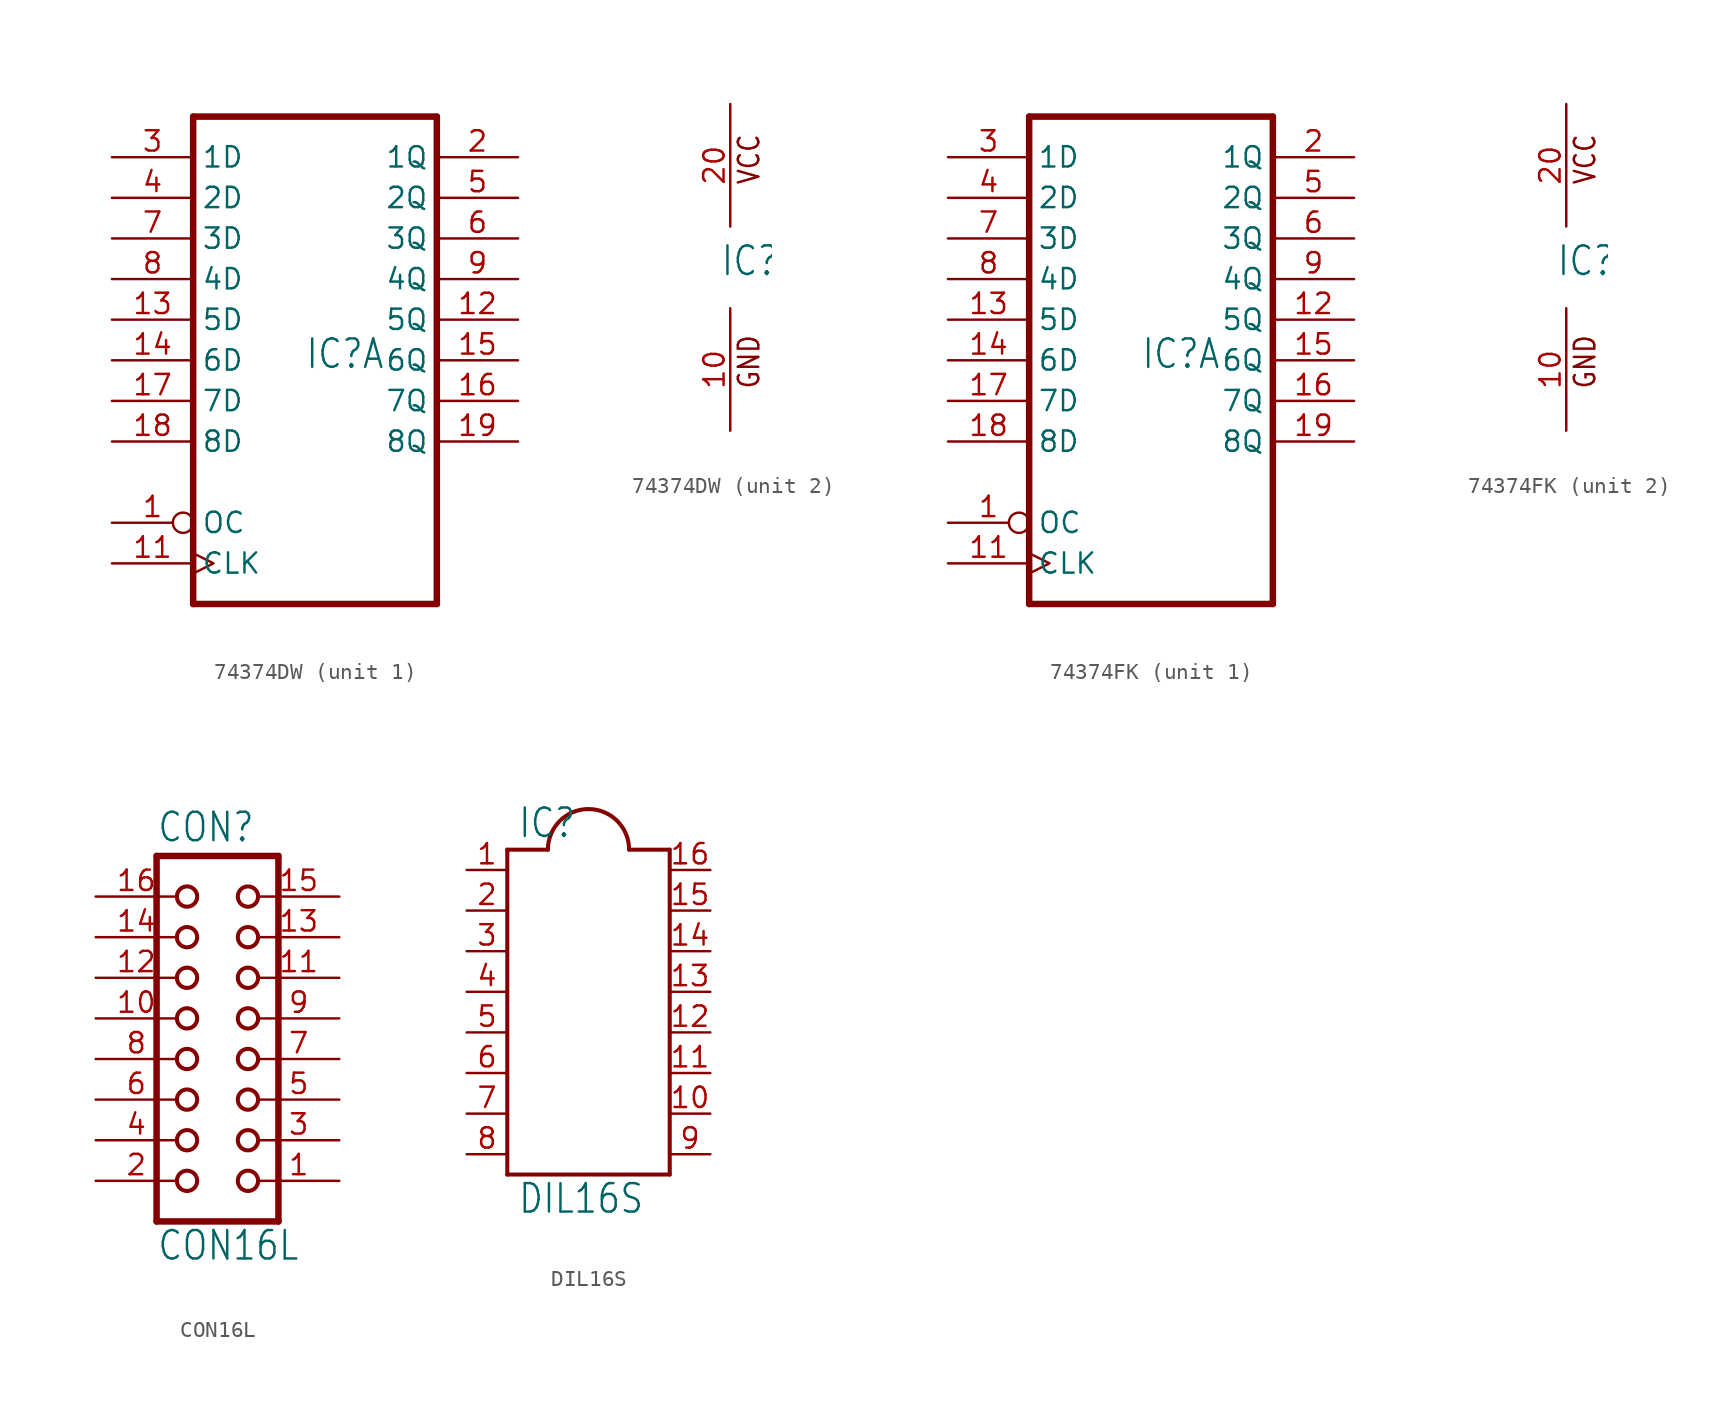
<source format=kicad_sym>
(kicad_symbol_lib
  (version 20211014)
  (generator kicad_symbol_editor)
  (symbol "74374DW"
    (property "Reference" "IC"
      (at -0.635 -0.635 0)
      (effects (font (size 1.778 1.511)) (justify left bottom)))
    (property "ki_locked" ""
      (at 0 0 0)
      (effects (font (size 1.27 1.27))))
    (symbol "74374DW_1_0"
      (polyline (pts (xy -7.62 -15.24) (xy 7.62 -15.24)) (stroke (width 0.406) (type default) (color 0 0 0 0)) (fill (type none)))
      (polyline (pts (xy -7.62 15.24) (xy -7.62 -15.24)) (stroke (width 0.406) (type default) (color 0 0 0 0)) (fill (type none)))
      (polyline (pts (xy 7.62 -15.24) (xy 7.62 15.24)) (stroke (width 0.406) (type default) (color 0 0 0 0)) (fill (type none)))
      (polyline (pts (xy 7.62 15.24) (xy -7.62 15.24)) (stroke (width 0.406) (type default) (color 0 0 0 0)) (fill (type none)))
      (pin input inverted (at -12.7 -10.16 0) (length 5.08) (name "OC" (effects (font (size 1.27 1.27)))) (number "1" (effects (font (size 1.27 1.27)))))
      (pin input clock (at -12.7 -12.7 0) (length 5.08) (name "CLK" (effects (font (size 1.27 1.27)))) (number "11" (effects (font (size 1.27 1.27)))))
      (pin tri_state line (at 12.7 2.54 180) (length 5.08) (name "5Q" (effects (font (size 1.27 1.27)))) (number "12" (effects (font (size 1.27 1.27)))))
      (pin input line (at -12.7 2.54 0) (length 5.08) (name "5D" (effects (font (size 1.27 1.27)))) (number "13" (effects (font (size 1.27 1.27)))))
      (pin input line (at -12.7 0 0) (length 5.08) (name "6D" (effects (font (size 1.27 1.27)))) (number "14" (effects (font (size 1.27 1.27)))))
      (pin tri_state line (at 12.7 0 180) (length 5.08) (name "6Q" (effects (font (size 1.27 1.27)))) (number "15" (effects (font (size 1.27 1.27)))))
      (pin tri_state line (at 12.7 -2.54 180) (length 5.08) (name "7Q" (effects (font (size 1.27 1.27)))) (number "16" (effects (font (size 1.27 1.27)))))
      (pin input line (at -12.7 -2.54 0) (length 5.08) (name "7D" (effects (font (size 1.27 1.27)))) (number "17" (effects (font (size 1.27 1.27)))))
      (pin input line (at -12.7 -5.08 0) (length 5.08) (name "8D" (effects (font (size 1.27 1.27)))) (number "18" (effects (font (size 1.27 1.27)))))
      (pin tri_state line (at 12.7 -5.08 180) (length 5.08) (name "8Q" (effects (font (size 1.27 1.27)))) (number "19" (effects (font (size 1.27 1.27)))))
      (pin tri_state line (at 12.7 12.7 180) (length 5.08) (name "1Q" (effects (font (size 1.27 1.27)))) (number "2" (effects (font (size 1.27 1.27)))))
      (pin input line (at -12.7 12.7 0) (length 5.08) (name "1D" (effects (font (size 1.27 1.27)))) (number "3" (effects (font (size 1.27 1.27)))))
      (pin input line (at -12.7 10.16 0) (length 5.08) (name "2D" (effects (font (size 1.27 1.27)))) (number "4" (effects (font (size 1.27 1.27)))))
      (pin tri_state line (at 12.7 10.16 180) (length 5.08) (name "2Q" (effects (font (size 1.27 1.27)))) (number "5" (effects (font (size 1.27 1.27)))))
      (pin tri_state line (at 12.7 7.62 180) (length 5.08) (name "3Q" (effects (font (size 1.27 1.27)))) (number "6" (effects (font (size 1.27 1.27)))))
      (pin input line (at -12.7 7.62 0) (length 5.08) (name "3D" (effects (font (size 1.27 1.27)))) (number "7" (effects (font (size 1.27 1.27)))))
      (pin input line (at -12.7 5.08 0) (length 5.08) (name "4D" (effects (font (size 1.27 1.27)))) (number "8" (effects (font (size 1.27 1.27)))))
      (pin tri_state line (at 12.7 5.08 180) (length 5.08) (name "4Q" (effects (font (size 1.27 1.27)))) (number "9" (effects (font (size 1.27 1.27))))))
    (symbol "74374DW_2_0"
      (text "GND" (at 1.905 -7.62 900) (effects (font (size 1.27 1.079)) (justify left bottom)))
      (text "VCC" (at 1.905 5.08 900) (effects (font (size 1.27 1.079)) (justify left bottom)))
      (pin power_in line (at 0 -10.16 90) (length 7.62) (name "GND" (effects (font (size 0 0)))) (number "10" (effects (font (size 1.27 1.27)))))
      (pin power_in line (at 0 10.16 270) (length 7.62) (name "VCC" (effects (font (size 0 0)))) (number "20" (effects (font (size 1.27 1.27)))))))
  (symbol "74374FK"
    (property "Reference" "IC"
      (at -0.635 -0.635 0)
      (effects (font (size 1.778 1.511)) (justify left bottom)))
    (property "ki_locked" ""
      (at 0 0 0)
      (effects (font (size 1.27 1.27))))
    (symbol "74374FK_1_0"
      (polyline (pts (xy -7.62 -15.24) (xy 7.62 -15.24)) (stroke (width 0.406) (type default) (color 0 0 0 0)) (fill (type none)))
      (polyline (pts (xy -7.62 15.24) (xy -7.62 -15.24)) (stroke (width 0.406) (type default) (color 0 0 0 0)) (fill (type none)))
      (polyline (pts (xy 7.62 -15.24) (xy 7.62 15.24)) (stroke (width 0.406) (type default) (color 0 0 0 0)) (fill (type none)))
      (polyline (pts (xy 7.62 15.24) (xy -7.62 15.24)) (stroke (width 0.406) (type default) (color 0 0 0 0)) (fill (type none)))
      (pin input inverted (at -12.7 -10.16 0) (length 5.08) (name "OC" (effects (font (size 1.27 1.27)))) (number "1" (effects (font (size 1.27 1.27)))))
      (pin input clock (at -12.7 -12.7 0) (length 5.08) (name "CLK" (effects (font (size 1.27 1.27)))) (number "11" (effects (font (size 1.27 1.27)))))
      (pin tri_state line (at 12.7 2.54 180) (length 5.08) (name "5Q" (effects (font (size 1.27 1.27)))) (number "12" (effects (font (size 1.27 1.27)))))
      (pin input line (at -12.7 2.54 0) (length 5.08) (name "5D" (effects (font (size 1.27 1.27)))) (number "13" (effects (font (size 1.27 1.27)))))
      (pin input line (at -12.7 0 0) (length 5.08) (name "6D" (effects (font (size 1.27 1.27)))) (number "14" (effects (font (size 1.27 1.27)))))
      (pin tri_state line (at 12.7 0 180) (length 5.08) (name "6Q" (effects (font (size 1.27 1.27)))) (number "15" (effects (font (size 1.27 1.27)))))
      (pin tri_state line (at 12.7 -2.54 180) (length 5.08) (name "7Q" (effects (font (size 1.27 1.27)))) (number "16" (effects (font (size 1.27 1.27)))))
      (pin input line (at -12.7 -2.54 0) (length 5.08) (name "7D" (effects (font (size 1.27 1.27)))) (number "17" (effects (font (size 1.27 1.27)))))
      (pin input line (at -12.7 -5.08 0) (length 5.08) (name "8D" (effects (font (size 1.27 1.27)))) (number "18" (effects (font (size 1.27 1.27)))))
      (pin tri_state line (at 12.7 -5.08 180) (length 5.08) (name "8Q" (effects (font (size 1.27 1.27)))) (number "19" (effects (font (size 1.27 1.27)))))
      (pin tri_state line (at 12.7 12.7 180) (length 5.08) (name "1Q" (effects (font (size 1.27 1.27)))) (number "2" (effects (font (size 1.27 1.27)))))
      (pin input line (at -12.7 12.7 0) (length 5.08) (name "1D" (effects (font (size 1.27 1.27)))) (number "3" (effects (font (size 1.27 1.27)))))
      (pin input line (at -12.7 10.16 0) (length 5.08) (name "2D" (effects (font (size 1.27 1.27)))) (number "4" (effects (font (size 1.27 1.27)))))
      (pin tri_state line (at 12.7 10.16 180) (length 5.08) (name "2Q" (effects (font (size 1.27 1.27)))) (number "5" (effects (font (size 1.27 1.27)))))
      (pin tri_state line (at 12.7 7.62 180) (length 5.08) (name "3Q" (effects (font (size 1.27 1.27)))) (number "6" (effects (font (size 1.27 1.27)))))
      (pin input line (at -12.7 7.62 0) (length 5.08) (name "3D" (effects (font (size 1.27 1.27)))) (number "7" (effects (font (size 1.27 1.27)))))
      (pin input line (at -12.7 5.08 0) (length 5.08) (name "4D" (effects (font (size 1.27 1.27)))) (number "8" (effects (font (size 1.27 1.27)))))
      (pin tri_state line (at 12.7 5.08 180) (length 5.08) (name "4Q" (effects (font (size 1.27 1.27)))) (number "9" (effects (font (size 1.27 1.27))))))
    (symbol "74374FK_2_0"
      (text "GND" (at 1.905 -7.62 900) (effects (font (size 1.27 1.079)) (justify left bottom)))
      (text "VCC" (at 1.905 5.08 900) (effects (font (size 1.27 1.079)) (justify left bottom)))
      (pin power_in line (at 0 -10.16 90) (length 7.62) (name "GND" (effects (font (size 0 0)))) (number "10" (effects (font (size 1.27 1.27)))))
      (pin power_in line (at 0 10.16 270) (length 7.62) (name "VCC" (effects (font (size 0 0)))) (number "20" (effects (font (size 1.27 1.27)))))))
  (symbol "CON16L"
    (property "Reference" "CON"
      (at -3.81 10.922 0)
      (effects (font (size 1.778 1.511)) (justify left bottom)))
    (property "Value" "CON16L"
      (at -3.81 -15.24 0)
      (effects (font (size 1.778 1.511)) (justify left bottom)))
    (property "ki_locked" ""
      (at 0 0 0)
      (effects (font (size 1.27 1.27))))
    (symbol "CON16L_1_0"
      (circle (center -1.905 -10.16) (radius 0.635) (stroke (width 0.254) (type default) (color 0 0 0 0)) (fill (type none)))
      (circle (center -1.905 -7.62) (radius 0.635) (stroke (width 0.254) (type default) (color 0 0 0 0)) (fill (type none)))
      (circle (center -1.905 -5.08) (radius 0.635) (stroke (width 0.254) (type default) (color 0 0 0 0)) (fill (type none)))
      (circle (center -1.905 -2.54) (radius 0.635) (stroke (width 0.254) (type default) (color 0 0 0 0)) (fill (type none)))
      (circle (center -1.905 0) (radius 0.635) (stroke (width 0.254) (type default) (color 0 0 0 0)) (fill (type none)))
      (circle (center -1.905 2.54) (radius 0.635) (stroke (width 0.254) (type default) (color 0 0 0 0)) (fill (type none)))
      (circle (center -1.905 5.08) (radius 0.635) (stroke (width 0.254) (type default) (color 0 0 0 0)) (fill (type none)))
      (circle (center -1.905 7.62) (radius 0.635) (stroke (width 0.254) (type default) (color 0 0 0 0)) (fill (type none)))
      (polyline (pts (xy -3.81 10.16) (xy -3.81 -12.7)) (stroke (width 0.406) (type default) (color 0 0 0 0)) (fill (type none)))
      (polyline (pts (xy -3.81 10.16) (xy 3.81 10.16)) (stroke (width 0.406) (type default) (color 0 0 0 0)) (fill (type none)))
      (polyline (pts (xy 3.81 -12.7) (xy -3.81 -12.7)) (stroke (width 0.406) (type default) (color 0 0 0 0)) (fill (type none)))
      (polyline (pts (xy 3.81 -12.7) (xy 3.81 10.16)) (stroke (width 0.406) (type default) (color 0 0 0 0)) (fill (type none)))
      (circle (center 1.905 -10.16) (radius 0.635) (stroke (width 0.254) (type default) (color 0 0 0 0)) (fill (type none)))
      (circle (center 1.905 -7.62) (radius 0.635) (stroke (width 0.254) (type default) (color 0 0 0 0)) (fill (type none)))
      (circle (center 1.905 -5.08) (radius 0.635) (stroke (width 0.254) (type default) (color 0 0 0 0)) (fill (type none)))
      (circle (center 1.905 -2.54) (radius 0.635) (stroke (width 0.254) (type default) (color 0 0 0 0)) (fill (type none)))
      (circle (center 1.905 0) (radius 0.635) (stroke (width 0.254) (type default) (color 0 0 0 0)) (fill (type none)))
      (circle (center 1.905 2.54) (radius 0.635) (stroke (width 0.254) (type default) (color 0 0 0 0)) (fill (type none)))
      (circle (center 1.905 5.08) (radius 0.635) (stroke (width 0.254) (type default) (color 0 0 0 0)) (fill (type none)))
      (circle (center 1.905 7.62) (radius 0.635) (stroke (width 0.254) (type default) (color 0 0 0 0)) (fill (type none)))
      (pin passive line (at 7.62 -10.16 180) (length 5.08) (name "1" (effects (font (size 0 0)))) (number "1" (effects (font (size 1.27 1.27)))))
      (pin passive line (at -7.62 0 0) (length 5.08) (name "10" (effects (font (size 0 0)))) (number "10" (effects (font (size 1.27 1.27)))))
      (pin passive line (at 7.62 2.54 180) (length 5.08) (name "11" (effects (font (size 0 0)))) (number "11" (effects (font (size 1.27 1.27)))))
      (pin passive line (at -7.62 2.54 0) (length 5.08) (name "12" (effects (font (size 0 0)))) (number "12" (effects (font (size 1.27 1.27)))))
      (pin passive line (at 7.62 5.08 180) (length 5.08) (name "13" (effects (font (size 0 0)))) (number "13" (effects (font (size 1.27 1.27)))))
      (pin passive line (at -7.62 5.08 0) (length 5.08) (name "14" (effects (font (size 0 0)))) (number "14" (effects (font (size 1.27 1.27)))))
      (pin passive line (at 7.62 7.62 180) (length 5.08) (name "15" (effects (font (size 0 0)))) (number "15" (effects (font (size 1.27 1.27)))))
      (pin passive line (at -7.62 7.62 0) (length 5.08) (name "16" (effects (font (size 0 0)))) (number "16" (effects (font (size 1.27 1.27)))))
      (pin passive line (at -7.62 -10.16 0) (length 5.08) (name "2" (effects (font (size 0 0)))) (number "2" (effects (font (size 1.27 1.27)))))
      (pin passive line (at 7.62 -7.62 180) (length 5.08) (name "3" (effects (font (size 0 0)))) (number "3" (effects (font (size 1.27 1.27)))))
      (pin passive line (at -7.62 -7.62 0) (length 5.08) (name "4" (effects (font (size 0 0)))) (number "4" (effects (font (size 1.27 1.27)))))
      (pin passive line (at 7.62 -5.08 180) (length 5.08) (name "5" (effects (font (size 0 0)))) (number "5" (effects (font (size 1.27 1.27)))))
      (pin passive line (at -7.62 -5.08 0) (length 5.08) (name "6" (effects (font (size 0 0)))) (number "6" (effects (font (size 1.27 1.27)))))
      (pin passive line (at 7.62 -2.54 180) (length 5.08) (name "7" (effects (font (size 0 0)))) (number "7" (effects (font (size 1.27 1.27)))))
      (pin passive line (at -7.62 -2.54 0) (length 5.08) (name "8" (effects (font (size 0 0)))) (number "8" (effects (font (size 1.27 1.27)))))
      (pin passive line (at 7.62 0 180) (length 5.08) (name "9" (effects (font (size 0 0)))) (number "9" (effects (font (size 1.27 1.27)))))))
  (symbol "DIL16S"
    (property "Reference" "IC"
      (at -4.445 9.525 0)
      (effects (font (size 1.778 1.511)) (justify left bottom)))
    (property "Value" "DIL16S"
      (at -4.445 -13.97 0)
      (effects (font (size 1.778 1.511)) (justify left bottom)))
    (property "ki_locked" ""
      (at 0 0 0)
      (effects (font (size 1.27 1.27))))
    (symbol "DIL16S_1_0"
      (polyline (pts (xy -5.08 -11.43) (xy 5.08 -11.43)) (stroke (width 0.254) (type default) (color 0 0 0 0)) (fill (type none)))
      (polyline (pts (xy -5.08 8.89) (xy -5.08 -11.43)) (stroke (width 0.254) (type default) (color 0 0 0 0)) (fill (type none)))
      (polyline (pts (xy -5.08 8.89) (xy -2.54 8.89)) (stroke (width 0.254) (type default) (color 0 0 0 0)) (fill (type none)))
      (polyline (pts (xy 5.08 -11.43) (xy 5.08 8.89)) (stroke (width 0.254) (type default) (color 0 0 0 0)) (fill (type none)))
      (polyline (pts (xy 5.08 8.89) (xy 2.54 8.89)) (stroke (width 0.254) (type default) (color 0 0 0 0)) (fill (type none)))
      (arc (start 2.54 8.89) (mid 0 11.43) (end -2.54 8.89) (stroke (width 0.254) (type default) (color 0 0 0 0)) (fill (type none)))
      (pin passive line (at -7.62 7.62 0) (length 2.54) (name "1" (effects (font (size 0 0)))) (number "1" (effects (font (size 1.27 1.27)))))
      (pin passive line (at 7.62 -7.62 180) (length 2.54) (name "10" (effects (font (size 0 0)))) (number "10" (effects (font (size 1.27 1.27)))))
      (pin passive line (at 7.62 -5.08 180) (length 2.54) (name "11" (effects (font (size 0 0)))) (number "11" (effects (font (size 1.27 1.27)))))
      (pin passive line (at 7.62 -2.54 180) (length 2.54) (name "12" (effects (font (size 0 0)))) (number "12" (effects (font (size 1.27 1.27)))))
      (pin passive line (at 7.62 0 180) (length 2.54) (name "13" (effects (font (size 0 0)))) (number "13" (effects (font (size 1.27 1.27)))))
      (pin passive line (at 7.62 2.54 180) (length 2.54) (name "14" (effects (font (size 0 0)))) (number "14" (effects (font (size 1.27 1.27)))))
      (pin passive line (at 7.62 5.08 180) (length 2.54) (name "15" (effects (font (size 0 0)))) (number "15" (effects (font (size 1.27 1.27)))))
      (pin passive line (at 7.62 7.62 180) (length 2.54) (name "16" (effects (font (size 0 0)))) (number "16" (effects (font (size 1.27 1.27)))))
      (pin passive line (at -7.62 5.08 0) (length 2.54) (name "2" (effects (font (size 0 0)))) (number "2" (effects (font (size 1.27 1.27)))))
      (pin passive line (at -7.62 2.54 0) (length 2.54) (name "3" (effects (font (size 0 0)))) (number "3" (effects (font (size 1.27 1.27)))))
      (pin passive line (at -7.62 0 0) (length 2.54) (name "4" (effects (font (size 0 0)))) (number "4" (effects (font (size 1.27 1.27)))))
      (pin passive line (at -7.62 -2.54 0) (length 2.54) (name "5" (effects (font (size 0 0)))) (number "5" (effects (font (size 1.27 1.27)))))
      (pin passive line (at -7.62 -5.08 0) (length 2.54) (name "6" (effects (font (size 0 0)))) (number "6" (effects (font (size 1.27 1.27)))))
      (pin passive line (at -7.62 -7.62 0) (length 2.54) (name "7" (effects (font (size 0 0)))) (number "7" (effects (font (size 1.27 1.27)))))
      (pin passive line (at -7.62 -10.16 0) (length 2.54) (name "8" (effects (font (size 0 0)))) (number "8" (effects (font (size 1.27 1.27)))))
      (pin passive line (at 7.62 -10.16 180) (length 2.54) (name "9" (effects (font (size 0 0)))) (number "9" (effects (font (size 1.27 1.27))))))))
</source>
